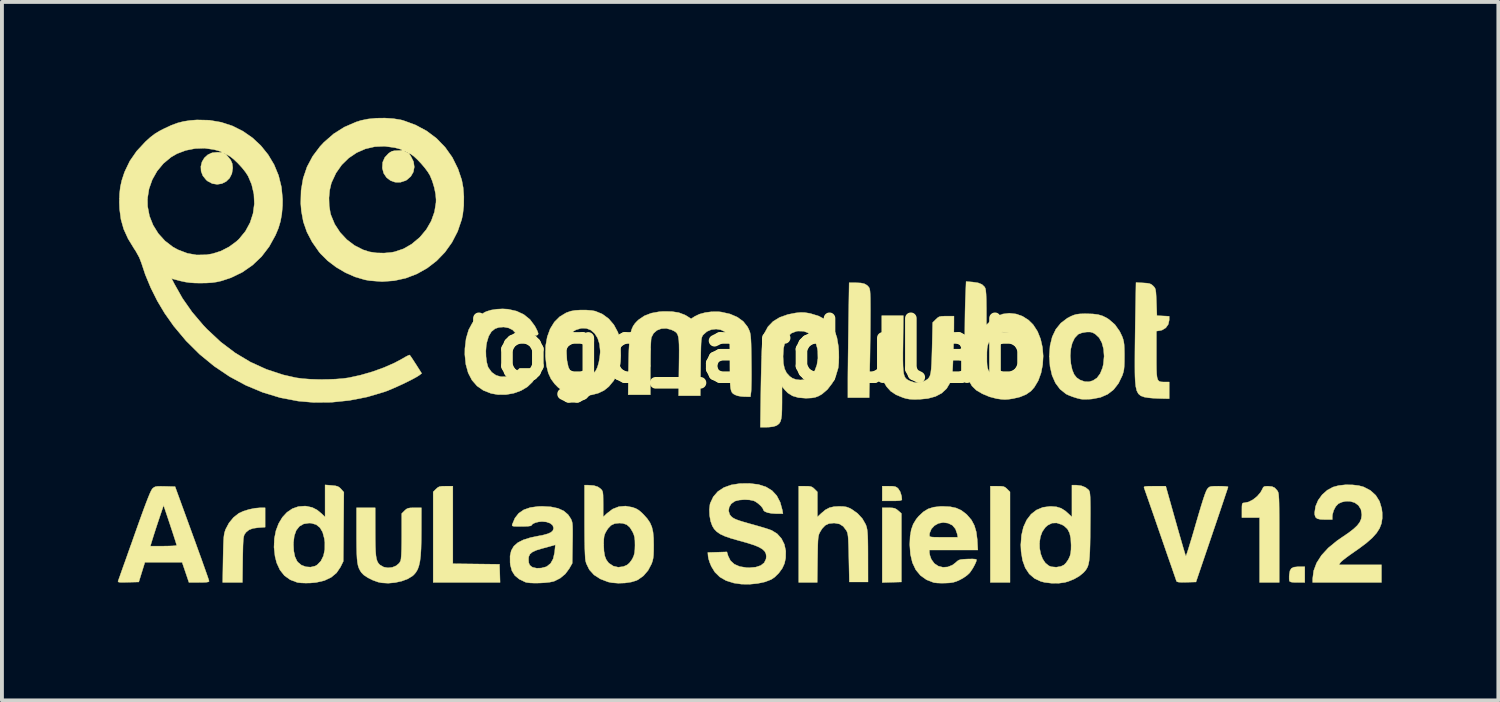
<source format=kicad_pcb>
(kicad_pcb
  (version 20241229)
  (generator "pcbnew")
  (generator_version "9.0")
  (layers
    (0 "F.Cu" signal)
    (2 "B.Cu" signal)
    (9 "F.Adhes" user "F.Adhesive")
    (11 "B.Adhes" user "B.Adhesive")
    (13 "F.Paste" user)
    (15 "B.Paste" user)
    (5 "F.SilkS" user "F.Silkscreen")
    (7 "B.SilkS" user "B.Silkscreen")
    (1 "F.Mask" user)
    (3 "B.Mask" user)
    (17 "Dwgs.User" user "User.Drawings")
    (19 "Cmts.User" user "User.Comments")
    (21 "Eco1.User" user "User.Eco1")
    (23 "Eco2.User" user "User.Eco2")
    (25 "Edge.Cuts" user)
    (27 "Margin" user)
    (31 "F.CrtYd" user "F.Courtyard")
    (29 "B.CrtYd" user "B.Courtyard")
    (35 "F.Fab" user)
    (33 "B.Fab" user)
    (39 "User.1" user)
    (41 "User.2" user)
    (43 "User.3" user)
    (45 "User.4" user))
  (footprint "logo_ardulab"
    (layer "F.Cu")
    (at 16.345 6.02)
    (property "Reference" "logo_ardulab" (at 0 0 0) (layer "F.SilkS") (effects (font (size 1.524 1.524) (thickness 0.3))))
    (attr through_hole)
    (fp_poly (pts (xy 3.692 4.071) (xy 3.756 4.083) (xy 3.806 4.11) (xy 3.845 4.142) (xy 3.928 4.216) (xy 3.928 5.988) (xy 3.432 6.002) (xy 3.432 4.068) (xy 3.597 4.068) (xy 3.692 4.071)) (stroke (width 0.01) (type solid)) (fill yes) (layer "F.SilkS"))
    (fp_poly (pts (xy 6.507 3.511) (xy 6.57 3.519) (xy 6.614 3.54) (xy 6.658 3.577) (xy 6.663 3.583) (xy 6.738 3.657) (xy 6.738 6) (xy 6.229 6) (xy 6.229 3.509) (xy 6.409 3.509) (xy 6.507 3.511)) (stroke (width 0.01) (type solid)) (fill yes) (layer "F.SilkS"))
    (fp_poly (pts (xy -7.678 5.516) (xy -7.075 5.523) (xy -6.471 5.53) (xy -6.463 5.765) (xy -6.456 6) (xy -8.187 6) (xy -8.187 3.657) (xy -8.113 3.583) (xy -8.069 3.544) (xy -8.025 3.521) (xy -7.965 3.511) (xy -7.873 3.509) (xy -7.858 3.509) (xy -7.678 3.509) (xy -7.678 5.516)) (stroke (width 0.01) (type solid)) (fill yes) (layer "F.SilkS"))
    (fp_poly (pts (xy 3.705 3.511) (xy 3.768 3.521) (xy 3.812 3.543) (xy 3.845 3.572) (xy 3.897 3.653) (xy 3.931 3.763) (xy 3.941 3.858) (xy 3.925 3.874) (xy 3.875 3.884) (xy 3.785 3.889) (xy 3.687 3.89) (xy 3.432 3.89) (xy 3.432 3.509) (xy 3.607 3.509) (xy 3.705 3.511)) (stroke (width 0.01) (type solid)) (fill yes) (layer "F.SilkS"))
    (fp_poly (pts (xy 14.365 6) (xy 14.174 6) (xy 14.07 5.998) (xy 14.007 5.989) (xy 13.975 5.973) (xy 13.967 5.961) (xy 13.961 5.914) (xy 13.961 5.838) (xy 13.965 5.792) (xy 13.982 5.696) (xy 14.018 5.637) (xy 14.082 5.605) (xy 14.184 5.594) (xy 14.218 5.594) (xy 14.365 5.594) (xy 14.365 6)) (stroke (width 0.01) (type solid)) (fill yes) (layer "F.SilkS"))
    (fp_poly (pts (xy 2.88 -1.748) (xy 2.972 -1.727) (xy 3.041 -1.687) (xy 3.082 -1.643) (xy 3.097 -1.62) (xy 3.108 -1.586) (xy 3.116 -1.536) (xy 3.121 -1.461) (xy 3.125 -1.356) (xy 3.126 -1.213) (xy 3.127 -1.042) (xy 3.126 -0.875) (xy 3.125 -0.668) (xy 3.123 -0.435) (xy 3.119 -0.188) (xy 3.116 0.063) (xy 3.112 0.304) (xy 3.11 0.362) (xy 3.094 1.22) (xy 2.543 1.22) (xy 2.543 0.843) (xy 2.543 0.735) (xy 2.544 0.583) (xy 2.546 0.396) (xy 2.548 0.182) (xy 2.551 -0.052) (xy 2.554 -0.298) (xy 2.558 -0.549) (xy 2.559 -0.644) (xy 2.576 -1.754) (xy 2.752 -1.754) (xy 2.88 -1.748)) (stroke (width 0.01) (type solid)) (fill yes) (layer "F.SilkS"))
    (fp_poly (pts (xy 13.517 3.519) (xy 13.587 3.551) (xy 13.648 3.617) (xy 13.661 3.635) (xy 13.671 3.654) (xy 13.68 3.68) (xy 13.687 3.719) (xy 13.692 3.774) (xy 13.697 3.851) (xy 13.7 3.953) (xy 13.702 4.087) (xy 13.703 4.255) (xy 13.704 4.463) (xy 13.704 4.714) (xy 13.704 4.849) (xy 13.704 6) (xy 13.196 6) (xy 13.196 4.322) (xy 12.738 4.322) (xy 12.738 4.132) (xy 12.739 4.034) (xy 12.744 3.978) (xy 12.757 3.95) (xy 12.779 3.941) (xy 12.795 3.941) (xy 12.907 3.918) (xy 13.024 3.859) (xy 13.133 3.772) (xy 13.222 3.668) (xy 13.27 3.579) (xy 13.291 3.536) (xy 13.325 3.515) (xy 13.387 3.51) (xy 13.418 3.51) (xy 13.517 3.519)) (stroke (width 0.01) (type solid)) (fill yes) (layer "F.SilkS"))
    (fp_poly (pts (xy -12.535 4.57) (xy -12.712 4.582) (xy -12.85 4.601) (xy -12.951 4.639) (xy -13.027 4.7) (xy -13.062 4.747) (xy -13.077 4.775) (xy -13.088 4.813) (xy -13.097 4.868) (xy -13.103 4.945) (xy -13.108 5.053) (xy -13.111 5.198) (xy -13.115 5.386) (xy -13.115 5.408) (xy -13.123 6) (xy -13.633 6) (xy -13.623 5.384) (xy -13.619 5.187) (xy -13.615 5.034) (xy -13.61 4.917) (xy -13.604 4.828) (xy -13.595 4.76) (xy -13.584 4.706) (xy -13.568 4.657) (xy -13.557 4.625) (xy -13.47 4.461) (xy -13.352 4.318) (xy -13.216 4.211) (xy -13.212 4.209) (xy -13.096 4.156) (xy -12.951 4.111) (xy -12.797 4.08) (xy -12.657 4.068) (xy -12.656 4.068) (xy -12.535 4.068) (xy -12.535 4.57)) (stroke (width 0.01) (type solid)) (fill yes) (layer "F.SilkS"))
    (fp_poly (pts (xy 10.186 -1.75) (xy 10.288 -1.743) (xy 10.355 -1.73) (xy 10.402 -1.707) (xy 10.443 -1.671) (xy 10.471 -1.641) (xy 10.491 -1.61) (xy 10.504 -1.569) (xy 10.513 -1.507) (xy 10.519 -1.417) (xy 10.525 -1.287) (xy 10.526 -1.252) (xy 10.539 -0.903) (xy 10.698 -0.895) (xy 10.857 -0.887) (xy 10.857 -0.789) (xy 10.833 -0.678) (xy 10.769 -0.588) (xy 10.674 -0.53) (xy 10.626 -0.518) (xy 10.526 -0.502) (xy 10.526 0.114) (xy 10.526 0.32) (xy 10.528 0.482) (xy 10.533 0.603) (xy 10.543 0.691) (xy 10.56 0.75) (xy 10.585 0.786) (xy 10.619 0.805) (xy 10.666 0.812) (xy 10.726 0.814) (xy 10.738 0.814) (xy 10.857 0.814) (xy 10.857 1.246) (xy 10.66 1.242) (xy 10.54 1.238) (xy 10.418 1.231) (xy 10.323 1.222) (xy 10.208 1.203) (xy 10.122 1.171) (xy 10.06 1.119) (xy 10.018 1.04) (xy 9.992 0.928) (xy 9.977 0.776) (xy 9.972 0.666) (xy 9.97 0.571) (xy 9.969 0.432) (xy 9.969 0.257) (xy 9.97 0.055) (xy 9.972 -0.168) (xy 9.975 -0.404) (xy 9.978 -0.645) (xy 9.979 -0.703) (xy 9.998 -1.76) (xy 10.186 -1.75)) (stroke (width 0.01) (type solid)) (fill yes) (layer "F.SilkS"))
    (fp_poly (pts (xy 1.533 3.511) (xy 1.594 3.522) (xy 1.639 3.546) (xy 1.68 3.583) (xy 1.754 3.657) (xy 1.754 4.307) (xy 1.85 4.216) (xy 1.96 4.123) (xy 2.065 4.067) (xy 2.185 4.039) (xy 2.314 4.032) (xy 2.424 4.035) (xy 2.505 4.047) (xy 2.579 4.074) (xy 2.641 4.106) (xy 2.792 4.213) (xy 2.917 4.348) (xy 3.004 4.5) (xy 3.017 4.534) (xy 3.031 4.582) (xy 3.042 4.636) (xy 3.05 4.705) (xy 3.056 4.795) (xy 3.06 4.913) (xy 3.062 5.067) (xy 3.063 5.261) (xy 3.063 5.327) (xy 3.064 5.988) (xy 2.581 5.988) (xy 2.568 5.365) (xy 2.564 5.168) (xy 2.559 5.015) (xy 2.554 4.9) (xy 2.548 4.815) (xy 2.54 4.754) (xy 2.529 4.71) (xy 2.515 4.676) (xy 2.504 4.656) (xy 2.424 4.55) (xy 2.328 4.488) (xy 2.205 4.465) (xy 2.174 4.464) (xy 2.053 4.477) (xy 1.958 4.522) (xy 1.878 4.606) (xy 1.831 4.681) (xy 1.811 4.718) (xy 1.795 4.754) (xy 1.784 4.796) (xy 1.775 4.851) (xy 1.769 4.927) (xy 1.765 5.031) (xy 1.762 5.17) (xy 1.759 5.351) (xy 1.758 5.397) (xy 1.75 6) (xy 1.271 6) (xy 1.271 3.509) (xy 1.438 3.509) (xy 1.533 3.511)) (stroke (width 0.01) (type solid)) (fill yes) (layer "F.SilkS"))
    (fp_poly (pts (xy -9.686 4.659) (xy -9.685 4.883) (xy -9.682 5.062) (xy -9.676 5.202) (xy -9.667 5.31) (xy -9.653 5.39) (xy -9.634 5.451) (xy -9.609 5.497) (xy -9.577 5.534) (xy -9.562 5.548) (xy -9.468 5.602) (xy -9.359 5.622) (xy -9.246 5.61) (xy -9.143 5.568) (xy -9.064 5.5) (xy -9.028 5.437) (xy -9.019 5.383) (xy -9.011 5.284) (xy -9.005 5.147) (xy -9.002 4.976) (xy -9.001 4.787) (xy -9.001 4.217) (xy -8.926 4.142) (xy -8.882 4.103) (xy -8.838 4.081) (xy -8.779 4.071) (xy -8.686 4.068) (xy -8.672 4.068) (xy -8.492 4.068) (xy -8.493 4.646) (xy -8.495 4.911) (xy -8.501 5.13) (xy -8.512 5.309) (xy -8.53 5.454) (xy -8.556 5.57) (xy -8.589 5.663) (xy -8.633 5.738) (xy -8.686 5.8) (xy -8.719 5.83) (xy -8.841 5.906) (xy -8.997 5.965) (xy -9.172 6.004) (xy -9.351 6.02) (xy -9.519 6.01) (xy -9.611 5.991) (xy -9.75 5.941) (xy -9.878 5.877) (xy -9.982 5.808) (xy -10.044 5.745) (xy -10.079 5.69) (xy -10.108 5.633) (xy -10.13 5.567) (xy -10.146 5.485) (xy -10.157 5.382) (xy -10.164 5.25) (xy -10.168 5.083) (xy -10.17 4.876) (xy -10.17 4.751) (xy -10.17 4.068) (xy -9.687 4.068) (xy -9.686 4.659)) (stroke (width 0.01) (type solid)) (fill yes) (layer "F.SilkS"))
    (fp_poly (pts (xy 3.97 -0.176) (xy 3.967 0.059) (xy 3.967 0.248) (xy 3.97 0.398) (xy 3.977 0.514) (xy 3.989 0.601) (xy 4.008 0.664) (xy 4.033 0.71) (xy 4.067 0.743) (xy 4.11 0.769) (xy 4.15 0.788) (xy 4.277 0.83) (xy 4.396 0.83) (xy 4.518 0.79) (xy 4.57 0.764) (xy 4.612 0.735) (xy 4.644 0.698) (xy 4.669 0.647) (xy 4.687 0.575) (xy 4.699 0.477) (xy 4.708 0.347) (xy 4.715 0.178) (xy 4.721 -0.034) (xy 4.722 -0.071) (xy 4.737 -0.725) (xy 4.82 -0.807) (xy 4.865 -0.849) (xy 4.906 -0.874) (xy 4.96 -0.886) (xy 5.04 -0.89) (xy 5.095 -0.89) (xy 5.288 -0.89) (xy 5.287 -0.578) (xy 5.285 -0.446) (xy 5.281 -0.279) (xy 5.276 -0.094) (xy 5.27 0.094) (xy 5.265 0.216) (xy 5.258 0.391) (xy 5.25 0.524) (xy 5.241 0.624) (xy 5.23 0.699) (xy 5.215 0.759) (xy 5.196 0.813) (xy 5.188 0.832) (xy 5.098 0.984) (xy 4.972 1.102) (xy 4.811 1.187) (xy 4.612 1.241) (xy 4.386 1.263) (xy 4.246 1.264) (xy 4.139 1.258) (xy 4.047 1.241) (xy 3.975 1.22) (xy 3.791 1.145) (xy 3.65 1.051) (xy 3.544 0.933) (xy 3.496 0.852) (xy 3.42 0.699) (xy 3.42 -0.903) (xy 3.978 -0.903) (xy 3.97 -0.176)) (stroke (width 0.01) (type solid)) (fill yes) (layer "F.SilkS"))
    (fp_poly (pts (xy -10.813 3.49) (xy -10.717 3.5) (xy -10.654 3.517) (xy -10.608 3.546) (xy -10.57 3.584) (xy -10.498 3.665) (xy -10.513 5.454) (xy -10.586 5.602) (xy -10.687 5.752) (xy -10.826 5.868) (xy -11.003 5.952) (xy -11.217 6.001) (xy -11.378 6.015) (xy -11.494 6.016) (xy -11.602 6.012) (xy -11.685 6.003) (xy -11.702 6) (xy -11.885 5.931) (xy -12.035 5.824) (xy -12.151 5.678) (xy -12.236 5.494) (xy -12.279 5.324) (xy -12.305 5.089) (xy -12.301 5.002) (xy -11.803 5.002) (xy -11.794 5.186) (xy -11.765 5.33) (xy -11.714 5.44) (xy -11.69 5.474) (xy -11.598 5.551) (xy -11.482 5.595) (xy -11.358 5.604) (xy -11.241 5.576) (xy -11.189 5.546) (xy -11.092 5.446) (xy -11.025 5.31) (xy -10.991 5.146) (xy -10.99 4.96) (xy -11.003 4.864) (xy -11.047 4.701) (xy -11.117 4.581) (xy -11.214 4.504) (xy -11.34 4.467) (xy -11.399 4.464) (xy -11.537 4.485) (xy -11.648 4.548) (xy -11.73 4.652) (xy -11.781 4.795) (xy -11.802 4.975) (xy -11.803 5.002) (xy -12.301 5.002) (xy -12.296 4.866) (xy -12.255 4.66) (xy -12.185 4.475) (xy -12.089 4.315) (xy -11.97 4.186) (xy -11.83 4.091) (xy -11.673 4.036) (xy -11.502 4.024) (xy -11.459 4.029) (xy -11.314 4.061) (xy -11.191 4.124) (xy -11.079 4.216) (xy -10.984 4.307) (xy -10.984 3.476) (xy -10.813 3.49)) (stroke (width 0.01) (type solid)) (fill yes) (layer "F.SilkS"))
    (fp_poly (pts (xy 15.594 3.475) (xy 15.763 3.495) (xy 15.891 3.53) (xy 16.066 3.622) (xy 16.202 3.746) (xy 16.299 3.901) (xy 16.355 4.088) (xy 16.368 4.192) (xy 16.369 4.34) (xy 16.348 4.475) (xy 16.3 4.6) (xy 16.222 4.722) (xy 16.111 4.846) (xy 15.962 4.977) (xy 15.772 5.12) (xy 15.664 5.195) (xy 15.546 5.278) (xy 15.44 5.355) (xy 15.356 5.421) (xy 15.302 5.468) (xy 15.286 5.486) (xy 15.249 5.543) (xy 16.349 5.543) (xy 16.349 6) (xy 14.569 6) (xy 14.569 5.905) (xy 14.595 5.698) (xy 14.671 5.496) (xy 14.797 5.299) (xy 14.972 5.108) (xy 15.196 4.924) (xy 15.317 4.84) (xy 15.492 4.721) (xy 15.625 4.619) (xy 15.722 4.528) (xy 15.787 4.443) (xy 15.824 4.358) (xy 15.839 4.268) (xy 15.84 4.238) (xy 15.818 4.11) (xy 15.755 4.008) (xy 15.659 3.936) (xy 15.536 3.9) (xy 15.412 3.901) (xy 15.324 3.922) (xy 15.245 3.957) (xy 15.231 3.966) (xy 15.165 4.036) (xy 15.112 4.137) (xy 15.081 4.247) (xy 15.077 4.297) (xy 15.077 4.373) (xy 14.888 4.373) (xy 14.767 4.368) (xy 14.687 4.349) (xy 14.642 4.31) (xy 14.622 4.246) (xy 14.62 4.194) (xy 14.644 4.031) (xy 14.711 3.873) (xy 14.815 3.73) (xy 14.948 3.612) (xy 15.097 3.532) (xy 15.242 3.493) (xy 15.414 3.474) (xy 15.594 3.475)) (stroke (width 0.01) (type solid)) (fill yes) (layer "F.SilkS"))
    (fp_poly (pts (xy -6.251 -1.07) (xy -6.029 -1.02) (xy -5.84 -0.931) (xy -5.683 -0.804) (xy -5.559 -0.638) (xy -5.531 -0.587) (xy -5.489 -0.501) (xy -5.469 -0.443) (xy -5.478 -0.408) (xy -5.52 -0.39) (xy -5.601 -0.383) (xy -5.726 -0.381) (xy -5.741 -0.381) (xy -6.015 -0.381) (xy -6.058 -0.455) (xy -6.132 -0.534) (xy -6.238 -0.586) (xy -6.361 -0.609) (xy -6.488 -0.599) (xy -6.585 -0.566) (xy -6.679 -0.491) (xy -6.751 -0.371) (xy -6.8 -0.208) (xy -6.814 -0.13) (xy -6.824 0.01) (xy -6.82 0.157) (xy -6.803 0.295) (xy -6.774 0.407) (xy -6.759 0.442) (xy -6.673 0.561) (xy -6.562 0.64) (xy -6.434 0.678) (xy -6.298 0.674) (xy -6.162 0.627) (xy -6.062 0.558) (xy -5.946 0.458) (xy -5.694 0.458) (xy -5.587 0.459) (xy -5.503 0.461) (xy -5.452 0.465) (xy -5.441 0.468) (xy -5.453 0.512) (xy -5.485 0.583) (xy -5.528 0.667) (xy -5.575 0.748) (xy -5.617 0.811) (xy -5.62 0.814) (xy -5.748 0.938) (xy -5.912 1.036) (xy -6.1 1.104) (xy -6.302 1.14) (xy -6.509 1.141) (xy -6.689 1.109) (xy -6.887 1.032) (xy -7.052 0.917) (xy -7.184 0.765) (xy -7.281 0.578) (xy -7.342 0.357) (xy -7.368 0.103) (xy -7.366 -0.051) (xy -7.335 -0.311) (xy -7.269 -0.535) (xy -7.168 -0.722) (xy -7.032 -0.873) (xy -6.86 -0.987) (xy -6.807 -1.011) (xy -6.691 -1.047) (xy -6.544 -1.07) (xy -6.389 -1.078) (xy -6.251 -1.07)) (stroke (width 0.01) (type solid)) (fill yes) (layer "F.SilkS"))
    (fp_poly (pts (xy -15.121 3.514) (xy -14.865 3.521) (xy -14.425 4.729) (xy -14.339 4.965) (xy -14.259 5.188) (xy -14.185 5.391) (xy -14.121 5.572) (xy -14.067 5.724) (xy -14.025 5.843) (xy -13.997 5.926) (xy -13.985 5.966) (xy -13.984 5.969) (xy -13.999 5.984) (xy -14.049 5.994) (xy -14.138 5.999) (xy -14.245 6) (xy -14.506 6) (xy -14.594 5.74) (xy -14.683 5.479) (xy -15.646 5.479) (xy -15.725 5.733) (xy -15.804 5.988) (xy -16.079 5.995) (xy -16.2 5.998) (xy -16.278 5.997) (xy -16.322 5.992) (xy -16.34 5.981) (xy -16.34 5.963) (xy -16.337 5.957) (xy -16.325 5.924) (xy -16.298 5.849) (xy -16.258 5.735) (xy -16.206 5.588) (xy -16.143 5.413) (xy -16.073 5.214) (xy -16.018 5.06) (xy -15.505 5.06) (xy -15.164 5.06) (xy -15.039 5.058) (xy -14.935 5.055) (xy -14.86 5.049) (xy -14.825 5.042) (xy -14.823 5.041) (xy -14.831 5.012) (xy -14.852 4.942) (xy -14.885 4.839) (xy -14.927 4.71) (xy -14.976 4.562) (xy -14.992 4.513) (xy -15.162 4.005) (xy -15.273 4.335) (xy -15.321 4.479) (xy -15.369 4.626) (xy -15.412 4.759) (xy -15.444 4.862) (xy -15.445 4.863) (xy -15.505 5.06) (xy -16.018 5.06) (xy -15.995 4.997) (xy -15.914 4.767) (xy -15.815 4.488) (xy -15.731 4.254) (xy -15.66 4.061) (xy -15.601 3.905) (xy -15.553 3.783) (xy -15.515 3.692) (xy -15.484 3.627) (xy -15.46 3.585) (xy -15.443 3.565) (xy -15.409 3.539) (xy -15.372 3.522) (xy -15.319 3.514) (xy -15.239 3.512) (xy -15.121 3.514)) (stroke (width 0.01) (type solid)) (fill yes) (layer "F.SilkS"))
    (fp_poly (pts (xy 12.246 3.511) (xy 12.327 3.516) (xy 12.373 3.523) (xy 12.381 3.528) (xy 12.373 3.555) (xy 12.35 3.625) (xy 12.313 3.735) (xy 12.265 3.879) (xy 12.207 4.052) (xy 12.14 4.251) (xy 12.066 4.47) (xy 11.986 4.704) (xy 11.965 4.767) (xy 11.55 5.988) (xy 11.304 5.995) (xy 11.181 5.997) (xy 11.101 5.992) (xy 11.059 5.981) (xy 11.047 5.97) (xy 11.036 5.94) (xy 11.011 5.866) (xy 10.972 5.755) (xy 10.922 5.609) (xy 10.861 5.435) (xy 10.792 5.237) (xy 10.717 5.019) (xy 10.637 4.787) (xy 10.63 4.767) (xy 10.549 4.533) (xy 10.473 4.313) (xy 10.403 4.112) (xy 10.341 3.934) (xy 10.289 3.784) (xy 10.248 3.668) (xy 10.221 3.59) (xy 10.208 3.554) (xy 10.208 3.553) (xy 10.204 3.534) (xy 10.217 3.521) (xy 10.253 3.514) (xy 10.322 3.51) (xy 10.431 3.509) (xy 10.479 3.509) (xy 10.768 3.509) (xy 11.02 4.405) (xy 11.078 4.61) (xy 11.132 4.799) (xy 11.181 4.968) (xy 11.222 5.109) (xy 11.255 5.219) (xy 11.277 5.291) (xy 11.287 5.319) (xy 11.287 5.319) (xy 11.297 5.3) (xy 11.319 5.237) (xy 11.352 5.136) (xy 11.393 5.002) (xy 11.442 4.842) (xy 11.496 4.659) (xy 11.543 4.495) (xy 11.619 4.235) (xy 11.683 4.021) (xy 11.736 3.852) (xy 11.779 3.725) (xy 11.813 3.638) (xy 11.839 3.588) (xy 11.844 3.581) (xy 11.874 3.547) (xy 11.906 3.526) (xy 11.95 3.515) (xy 12.02 3.51) (xy 12.127 3.509) (xy 12.143 3.509) (xy 12.246 3.511)) (stroke (width 0.01) (type solid)) (fill yes) (layer "F.SilkS"))
    (fp_poly (pts (xy -4.223 -1.047) (xy -4.084 -1.036) (xy -3.992 -1.019) (xy -3.809 -0.943) (xy -3.647 -0.824) (xy -3.513 -0.668) (xy -3.412 -0.481) (xy -3.404 -0.462) (xy -3.373 -0.348) (xy -3.35 -0.2) (xy -3.336 -0.035) (xy -3.332 0.132) (xy -3.34 0.285) (xy -3.354 0.382) (xy -3.418 0.593) (xy -3.516 0.779) (xy -3.644 0.934) (xy -3.768 1.033) (xy -3.921 1.105) (xy -4.103 1.15) (xy -4.297 1.167) (xy -4.489 1.154) (xy -4.627 1.122) (xy -4.763 1.073) (xy -4.866 1.021) (xy -4.953 0.955) (xy -5.042 0.864) (xy -5.043 0.863) (xy -5.139 0.733) (xy -5.208 0.582) (xy -5.254 0.4) (xy -5.279 0.181) (xy -5.282 0.139) (xy -5.279 -0.005) (xy -4.739 -0.005) (xy -4.739 0.037) (xy -4.726 0.253) (xy -4.69 0.425) (xy -4.629 0.555) (xy -4.543 0.645) (xy -4.43 0.696) (xy -4.307 0.711) (xy -4.181 0.688) (xy -4.117 0.654) (xy -4.044 0.593) (xy -3.981 0.521) (xy -3.976 0.514) (xy -3.938 0.433) (xy -3.904 0.318) (xy -3.879 0.187) (xy -3.866 0.055) (xy -3.865 0.011) (xy -3.884 -0.171) (xy -3.933 -0.324) (xy -4.01 -0.445) (xy -4.109 -0.53) (xy -4.227 -0.575) (xy -4.36 -0.576) (xy -4.491 -0.536) (xy -4.558 -0.498) (xy -4.609 -0.445) (xy -4.658 -0.361) (xy -4.668 -0.34) (xy -4.704 -0.26) (xy -4.726 -0.19) (xy -4.736 -0.111) (xy -4.739 -0.005) (xy -5.279 -0.005) (xy -5.277 -0.121) (xy -5.235 -0.356) (xy -5.16 -0.562) (xy -5.052 -0.737) (xy -4.913 -0.876) (xy -4.746 -0.977) (xy -4.627 -1.019) (xy -4.515 -1.039) (xy -4.373 -1.048) (xy -4.223 -1.047)) (stroke (width 0.01) (type solid)) (fill yes) (layer "F.SilkS"))
    (fp_poly (pts (xy 8.46 3.483) (xy 8.584 3.499) (xy 8.692 3.542) (xy 8.771 3.605) (xy 8.791 3.636) (xy 8.8 3.666) (xy 8.807 3.718) (xy 8.813 3.797) (xy 8.816 3.907) (xy 8.818 4.053) (xy 8.818 4.24) (xy 8.816 4.471) (xy 8.815 4.564) (xy 8.813 4.819) (xy 8.809 5.028) (xy 8.804 5.198) (xy 8.796 5.333) (xy 8.785 5.44) (xy 8.769 5.524) (xy 8.749 5.59) (xy 8.722 5.643) (xy 8.689 5.691) (xy 8.648 5.737) (xy 8.631 5.754) (xy 8.53 5.836) (xy 8.396 5.913) (xy 8.248 5.973) (xy 8.159 5.999) (xy 7.996 6.021) (xy 7.814 6.02) (xy 7.637 5.999) (xy 7.537 5.974) (xy 7.371 5.896) (xy 7.236 5.779) (xy 7.133 5.623) (xy 7.063 5.429) (xy 7.025 5.197) (xy 7.017 5.026) (xy 7.022 4.966) (xy 7.502 4.966) (xy 7.505 5.116) (xy 7.532 5.26) (xy 7.582 5.39) (xy 7.653 5.497) (xy 7.744 5.57) (xy 7.806 5.594) (xy 7.934 5.606) (xy 8.056 5.585) (xy 8.136 5.546) (xy 8.185 5.497) (xy 8.237 5.423) (xy 8.259 5.384) (xy 8.29 5.313) (xy 8.308 5.24) (xy 8.317 5.147) (xy 8.319 5.036) (xy 8.31 4.858) (xy 8.279 4.721) (xy 8.224 4.617) (xy 8.14 4.539) (xy 8.08 4.504) (xy 7.947 4.46) (xy 7.826 4.465) (xy 7.714 4.52) (xy 7.65 4.577) (xy 7.573 4.687) (xy 7.524 4.82) (xy 7.502 4.966) (xy 7.022 4.966) (xy 7.035 4.781) (xy 7.086 4.566) (xy 7.17 4.383) (xy 7.282 4.236) (xy 7.422 4.126) (xy 7.588 4.057) (xy 7.776 4.032) (xy 7.793 4.032) (xy 7.941 4.044) (xy 8.061 4.081) (xy 8.172 4.152) (xy 8.244 4.216) (xy 8.34 4.307) (xy 8.34 3.483) (xy 8.46 3.483)) (stroke (width 0.01) (type solid)) (fill yes) (layer "F.SilkS"))
    (fp_poly (pts (xy 8.881 -0.947) (xy 9.018 -0.93) (xy 9.133 -0.896) (xy 9.241 -0.842) (xy 9.296 -0.807) (xy 9.452 -0.672) (xy 9.576 -0.497) (xy 9.64 -0.363) (xy 9.664 -0.296) (xy 9.68 -0.231) (xy 9.691 -0.155) (xy 9.696 -0.056) (xy 9.699 0.077) (xy 9.699 0.14) (xy 9.698 0.29) (xy 9.694 0.402) (xy 9.686 0.486) (xy 9.672 0.556) (xy 9.651 0.623) (xy 9.643 0.646) (xy 9.545 0.849) (xy 9.42 1.01) (xy 9.266 1.13) (xy 9.08 1.211) (xy 8.861 1.253) (xy 8.797 1.258) (xy 8.7 1.261) (xy 8.615 1.26) (xy 8.568 1.255) (xy 8.473 1.232) (xy 8.365 1.198) (xy 8.265 1.16) (xy 8.192 1.126) (xy 8.187 1.123) (xy 8.033 1) (xy 7.913 0.839) (xy 7.826 0.641) (xy 7.773 0.408) (xy 7.756 0.146) (xy 8.297 0.146) (xy 8.313 0.338) (xy 8.313 0.34) (xy 8.348 0.5) (xy 8.397 0.618) (xy 8.463 0.702) (xy 8.548 0.76) (xy 8.671 0.804) (xy 8.783 0.808) (xy 8.885 0.777) (xy 8.989 0.708) (xy 9.072 0.596) (xy 9.132 0.448) (xy 9.154 0.352) (xy 9.173 0.147) (xy 9.159 -0.04) (xy 9.115 -0.203) (xy 9.043 -0.334) (xy 8.947 -0.424) (xy 8.879 -0.463) (xy 8.814 -0.48) (xy 8.73 -0.479) (xy 8.707 -0.478) (xy 8.599 -0.459) (xy 8.513 -0.426) (xy 8.497 -0.416) (xy 8.411 -0.324) (xy 8.348 -0.194) (xy 8.309 -0.034) (xy 8.297 0.146) (xy 7.756 0.146) (xy 7.756 0.14) (xy 7.756 0.14) (xy 7.774 -0.124) (xy 7.83 -0.354) (xy 7.924 -0.551) (xy 8.055 -0.712) (xy 8.223 -0.839) (xy 8.311 -0.885) (xy 8.387 -0.917) (xy 8.458 -0.937) (xy 8.541 -0.948) (xy 8.652 -0.952) (xy 8.708 -0.952) (xy 8.881 -0.947)) (stroke (width 0.01) (type solid)) (fill yes) (layer "F.SilkS"))
    (fp_poly (pts (xy 5.187 4.041) (xy 5.344 4.074) (xy 5.477 4.134) (xy 5.6 4.227) (xy 5.634 4.26) (xy 5.741 4.385) (xy 5.816 4.527) (xy 5.865 4.693) (xy 5.891 4.895) (xy 5.892 4.926) (xy 5.906 5.161) (xy 4.653 5.161) (xy 4.653 5.23) (xy 4.664 5.294) (xy 4.692 5.376) (xy 4.706 5.408) (xy 4.782 5.511) (xy 4.884 5.578) (xy 5.003 5.608) (xy 5.128 5.599) (xy 5.25 5.55) (xy 5.331 5.488) (xy 5.376 5.447) (xy 5.417 5.421) (xy 5.468 5.407) (xy 5.543 5.399) (xy 5.646 5.394) (xy 5.769 5.392) (xy 5.844 5.398) (xy 5.873 5.411) (xy 5.873 5.413) (xy 5.86 5.466) (xy 5.824 5.545) (xy 5.776 5.633) (xy 5.721 5.716) (xy 5.694 5.752) (xy 5.627 5.815) (xy 5.532 5.882) (xy 5.45 5.928) (xy 5.355 5.971) (xy 5.272 5.997) (xy 5.181 6.011) (xy 5.063 6.017) (xy 4.952 6.018) (xy 4.852 6.014) (xy 4.78 6.006) (xy 4.767 6.004) (xy 4.578 5.931) (xy 4.422 5.82) (xy 4.3 5.673) (xy 4.213 5.488) (xy 4.161 5.268) (xy 4.144 5.022) (xy 4.153 4.811) (xy 4.159 4.777) (xy 4.653 4.777) (xy 4.655 4.798) (xy 4.666 4.813) (xy 4.695 4.822) (xy 4.748 4.828) (xy 4.834 4.83) (xy 4.96 4.831) (xy 5.021 4.831) (xy 5.389 4.831) (xy 5.373 4.748) (xy 5.327 4.616) (xy 5.248 4.521) (xy 5.135 4.466) (xy 5.008 4.449) (xy 4.888 4.471) (xy 4.783 4.53) (xy 4.703 4.617) (xy 4.659 4.723) (xy 4.653 4.777) (xy 4.159 4.777) (xy 4.182 4.637) (xy 4.234 4.491) (xy 4.312 4.363) (xy 4.373 4.289) (xy 4.494 4.175) (xy 4.618 4.098) (xy 4.76 4.053) (xy 4.932 4.033) (xy 4.996 4.032) (xy 5.187 4.041)) (stroke (width 0.01) (type solid)) (fill yes) (layer "F.SilkS"))
    (fp_poly (pts (xy 1.424 -0.983) (xy 1.538 -0.965) (xy 1.577 -0.957) (xy 1.786 -0.893) (xy 1.956 -0.803) (xy 2.091 -0.682) (xy 2.191 -0.528) (xy 2.259 -0.338) (xy 2.298 -0.109) (xy 2.308 0.026) (xy 2.31 0.178) (xy 2.306 0.317) (xy 2.296 0.428) (xy 2.29 0.46) (xy 2.228 0.666) (xy 2.134 0.851) (xy 2.013 1.008) (xy 1.871 1.129) (xy 1.784 1.178) (xy 1.703 1.209) (xy 1.613 1.226) (xy 1.497 1.232) (xy 1.449 1.233) (xy 1.263 1.218) (xy 1.113 1.174) (xy 0.99 1.098) (xy 0.915 1.022) (xy 0.839 0.929) (xy 0.839 1.343) (xy 0.837 1.523) (xy 0.832 1.66) (xy 0.819 1.76) (xy 0.799 1.833) (xy 0.769 1.884) (xy 0.727 1.921) (xy 0.687 1.945) (xy 0.612 1.968) (xy 0.506 1.981) (xy 0.445 1.983) (xy 0.278 1.983) (xy 0.293 0.947) (xy 0.297 0.715) (xy 0.302 0.493) (xy 0.307 0.287) (xy 0.312 0.151) (xy 0.866 0.151) (xy 0.875 0.331) (xy 0.905 0.471) (xy 0.958 0.58) (xy 1.038 0.667) (xy 1.106 0.715) (xy 1.2 0.75) (xy 1.316 0.762) (xy 1.431 0.749) (xy 1.5 0.725) (xy 1.604 0.643) (xy 1.685 0.524) (xy 1.741 0.374) (xy 1.768 0.202) (xy 1.764 0.016) (xy 1.754 -0.051) (xy 1.707 -0.224) (xy 1.631 -0.358) (xy 1.528 -0.45) (xy 1.402 -0.5) (xy 1.253 -0.504) (xy 1.209 -0.498) (xy 1.084 -0.45) (xy 0.988 -0.361) (xy 0.919 -0.229) (xy 0.878 -0.057) (xy 0.866 0.151) (xy 0.312 0.151) (xy 0.313 0.104) (xy 0.319 -0.049) (xy 0.326 -0.167) (xy 0.332 -0.242) (xy 0.333 -0.254) (xy 0.385 -0.451) (xy 0.476 -0.617) (xy 0.607 -0.753) (xy 0.778 -0.858) (xy 0.99 -0.933) (xy 1.196 -0.973) (xy 1.319 -0.986) (xy 1.424 -0.983)) (stroke (width 0.01) (type solid)) (fill yes) (layer "F.SilkS"))
    (fp_poly (pts (xy -4.031 3.493) (xy -3.926 3.526) (xy -3.852 3.579) (xy -3.826 3.607) (xy -3.808 3.637) (xy -3.797 3.679) (xy -3.791 3.742) (xy -3.789 3.836) (xy -3.788 3.971) (xy -3.788 4.307) (xy -3.693 4.216) (xy -3.544 4.102) (xy -3.383 4.039) (xy -3.21 4.024) (xy -3.035 4.055) (xy -2.944 4.087) (xy -2.868 4.131) (xy -2.789 4.198) (xy -2.743 4.244) (xy -2.647 4.351) (xy -2.577 4.454) (xy -2.529 4.565) (xy -2.499 4.695) (xy -2.484 4.854) (xy -2.481 5.034) (xy -2.482 5.181) (xy -2.486 5.29) (xy -2.495 5.372) (xy -2.51 5.44) (xy -2.532 5.506) (xy -2.538 5.521) (xy -2.626 5.688) (xy -2.745 5.827) (xy -2.885 5.928) (xy -2.929 5.95) (xy -3.062 5.99) (xy -3.224 6.014) (xy -3.397 6.02) (xy -3.561 6.007) (xy -3.661 5.987) (xy -3.864 5.909) (xy -4.026 5.804) (xy -4.147 5.67) (xy -4.225 5.51) (xy -4.244 5.44) (xy -4.252 5.377) (xy -4.258 5.267) (xy -4.264 5.115) (xy -4.266 4.99) (xy -3.775 4.99) (xy -3.775 5.022) (xy -3.768 5.188) (xy -3.747 5.314) (xy -3.709 5.411) (xy -3.652 5.489) (xy -3.639 5.502) (xy -3.526 5.577) (xy -3.398 5.607) (xy -3.264 5.589) (xy -3.167 5.546) (xy -3.111 5.498) (xy -3.054 5.424) (xy -3.029 5.382) (xy -2.996 5.309) (xy -2.977 5.235) (xy -2.968 5.144) (xy -2.965 5.039) (xy -2.967 4.919) (xy -2.976 4.833) (xy -2.996 4.761) (xy -3.026 4.692) (xy -3.097 4.577) (xy -3.178 4.505) (xy -3.279 4.471) (xy -3.369 4.464) (xy -3.49 4.477) (xy -3.585 4.522) (xy -3.665 4.606) (xy -3.712 4.681) (xy -3.744 4.743) (xy -3.763 4.805) (xy -3.772 4.882) (xy -3.775 4.99) (xy -4.266 4.99) (xy -4.268 4.924) (xy -4.27 4.699) (xy -4.271 4.444) (xy -4.271 4.397) (xy -4.271 3.483) (xy -4.173 3.483) (xy -4.031 3.493)) (stroke (width 0.01) (type solid)) (fill yes) (layer "F.SilkS"))
    (fp_poly (pts (xy 5.774 -1.772) (xy 5.914 -1.751) (xy 6.012 -1.711) (xy 6.077 -1.65) (xy 6.098 -1.613) (xy 6.11 -1.559) (xy 6.119 -1.458) (xy 6.125 -1.315) (xy 6.127 -1.134) (xy 6.128 -1.106) (xy 6.128 -0.663) (xy 6.244 -0.776) (xy 6.387 -0.882) (xy 6.549 -0.945) (xy 6.72 -0.966) (xy 6.895 -0.946) (xy 7.064 -0.886) (xy 7.22 -0.786) (xy 7.339 -0.667) (xy 7.45 -0.496) (xy 7.529 -0.299) (xy 7.578 -0.083) (xy 7.596 0.141) (xy 7.583 0.366) (xy 7.541 0.581) (xy 7.469 0.779) (xy 7.367 0.95) (xy 7.281 1.047) (xy 7.158 1.134) (xy 6.997 1.201) (xy 6.814 1.244) (xy 6.697 1.261) (xy 6.604 1.267) (xy 6.513 1.261) (xy 6.398 1.245) (xy 6.388 1.243) (xy 6.207 1.196) (xy 6.022 1.118) (xy 5.864 1.025) (xy 5.754 0.917) (xy 5.668 0.768) (xy 5.61 0.583) (xy 5.595 0.496) (xy 5.586 0.409) (xy 5.58 0.28) (xy 5.576 0.165) (xy 6.14 0.165) (xy 6.141 0.293) (xy 6.146 0.383) (xy 6.157 0.448) (xy 6.175 0.503) (xy 6.204 0.558) (xy 6.294 0.681) (xy 6.404 0.756) (xy 6.536 0.787) (xy 6.566 0.788) (xy 6.662 0.779) (xy 6.752 0.757) (xy 6.779 0.747) (xy 6.852 0.7) (xy 6.911 0.643) (xy 6.913 0.639) (xy 6.976 0.515) (xy 7.019 0.36) (xy 7.039 0.187) (xy 7.034 0.012) (xy 7.015 -0.101) (xy 6.962 -0.244) (xy 6.879 -0.355) (xy 6.775 -0.432) (xy 6.658 -0.474) (xy 6.536 -0.481) (xy 6.417 -0.449) (xy 6.308 -0.379) (xy 6.219 -0.268) (xy 6.205 -0.242) (xy 6.176 -0.18) (xy 6.157 -0.121) (xy 6.146 -0.052) (xy 6.141 0.041) (xy 6.14 0.165) (xy 5.576 0.165) (xy 5.575 0.115) (xy 5.571 -0.078) (xy 5.569 -0.292) (xy 5.569 -0.517) (xy 5.571 -0.748) (xy 5.574 -0.976) (xy 5.579 -1.193) (xy 5.585 -1.36) (xy 5.602 -1.786) (xy 5.774 -1.772)) (stroke (width 0.01) (type solid)) (fill yes) (layer "F.SilkS"))
    (fp_poly (pts (xy -5.14 4.044) (xy -4.956 4.083) (xy -4.809 4.15) (xy -4.697 4.245) (xy -4.624 4.354) (xy -4.607 4.392) (xy -4.594 4.432) (xy -4.585 4.481) (xy -4.58 4.548) (xy -4.578 4.641) (xy -4.578 4.767) (xy -4.58 4.935) (xy -4.581 4.98) (xy -4.589 5.505) (xy -4.668 5.644) (xy -4.769 5.78) (xy -4.903 5.891) (xy -5.054 5.967) (xy -5.081 5.975) (xy -5.173 5.994) (xy -5.294 6.007) (xy -5.429 6.015) (xy -5.563 6.017) (xy -5.683 6.012) (xy -5.773 6) (xy -5.801 5.992) (xy -5.959 5.916) (xy -6.074 5.821) (xy -6.149 5.701) (xy -6.19 5.548) (xy -6.197 5.481) (xy -6.197 5.393) (xy -5.721 5.393) (xy -5.714 5.491) (xy -5.687 5.554) (xy -5.634 5.597) (xy -5.609 5.61) (xy -5.509 5.632) (xy -5.391 5.628) (xy -5.274 5.598) (xy -5.24 5.582) (xy -5.147 5.506) (xy -5.082 5.388) (xy -5.046 5.23) (xy -5.042 5.198) (xy -5.026 5.026) (xy -5.087 5.045) (xy -5.139 5.059) (xy -5.225 5.083) (xy -5.329 5.111) (xy -5.374 5.123) (xy -5.519 5.167) (xy -5.62 5.214) (xy -5.683 5.267) (xy -5.714 5.333) (xy -5.721 5.393) (xy -6.197 5.393) (xy -6.198 5.315) (xy -6.167 5.177) (xy -6.102 5.064) (xy -5.999 4.972) (xy -5.856 4.899) (xy -5.669 4.84) (xy -5.489 4.803) (xy -5.328 4.771) (xy -5.212 4.738) (xy -5.135 4.701) (xy -5.09 4.658) (xy -5.073 4.604) (xy -5.072 4.587) (xy -5.096 4.52) (xy -5.161 4.468) (xy -5.261 4.434) (xy -5.372 4.424) (xy -5.462 4.433) (xy -5.547 4.455) (xy -5.612 4.486) (xy -5.643 4.52) (xy -5.644 4.526) (xy -5.668 4.537) (xy -5.735 4.546) (xy -5.834 4.55) (xy -5.9 4.551) (xy -6.016 4.551) (xy -6.09 4.548) (xy -6.129 4.541) (xy -6.144 4.528) (xy -6.143 4.507) (xy -6.139 4.494) (xy -6.071 4.334) (xy -5.973 4.21) (xy -5.842 4.12) (xy -5.675 4.062) (xy -5.47 4.034) (xy -5.365 4.031) (xy -5.14 4.044)) (stroke (width 0.01) (type solid)) (fill yes) (layer "F.SilkS"))
    (fp_poly (pts (xy 0.23 3.466) (xy 0.424 3.528) (xy 0.581 3.624) (xy 0.703 3.756) (xy 0.791 3.924) (xy 0.848 4.131) (xy 0.849 4.138) (xy 0.863 4.221) (xy 0.685 4.221) (xy 0.568 4.213) (xy 0.467 4.194) (xy 0.394 4.165) (xy 0.358 4.13) (xy 0.356 4.119) (xy 0.336 4.074) (xy 0.287 4.016) (xy 0.22 3.956) (xy 0.151 3.908) (xy 0.107 3.887) (xy -0.004 3.864) (xy -0.134 3.858) (xy -0.262 3.868) (xy -0.367 3.893) (xy -0.386 3.901) (xy -0.475 3.965) (xy -0.528 4.051) (xy -0.543 4.147) (xy -0.516 4.239) (xy -0.483 4.284) (xy -0.45 4.315) (xy -0.407 4.343) (xy -0.348 4.371) (xy -0.265 4.401) (xy -0.153 4.436) (xy -0.002 4.479) (xy 0.127 4.515) (xy 0.262 4.553) (xy 0.388 4.591) (xy 0.492 4.624) (xy 0.563 4.65) (xy 0.572 4.653) (xy 0.714 4.741) (xy 0.824 4.864) (xy 0.899 5.013) (xy 0.936 5.184) (xy 0.933 5.368) (xy 0.903 5.509) (xy 0.846 5.634) (xy 0.756 5.758) (xy 0.648 5.864) (xy 0.557 5.925) (xy 0.398 5.986) (xy 0.206 6.027) (xy -0.001 6.047) (xy -0.21 6.044) (xy -0.405 6.016) (xy -0.407 6.016) (xy -0.608 5.953) (xy -0.771 5.859) (xy -0.899 5.733) (xy -0.989 5.586) (xy -1.03 5.488) (xy -1.061 5.391) (xy -1.073 5.327) (xy -1.081 5.225) (xy -0.834 5.218) (xy -0.587 5.21) (xy -0.556 5.314) (xy -0.495 5.437) (xy -0.393 5.529) (xy -0.254 5.589) (xy -0.076 5.617) (xy -0.007 5.619) (xy 0.161 5.604) (xy 0.29 5.561) (xy 0.378 5.491) (xy 0.425 5.394) (xy 0.432 5.326) (xy 0.423 5.257) (xy 0.392 5.196) (xy 0.335 5.141) (xy 0.248 5.089) (xy 0.125 5.037) (xy -0.039 4.984) (xy -0.247 4.925) (xy -0.285 4.915) (xy -0.484 4.858) (xy -0.64 4.804) (xy -0.759 4.749) (xy -0.849 4.687) (xy -0.916 4.617) (xy -0.964 4.538) (xy -1.009 4.413) (xy -1.035 4.264) (xy -1.041 4.111) (xy -1.025 3.977) (xy -1.017 3.949) (xy -0.939 3.783) (xy -0.823 3.649) (xy -0.668 3.546) (xy -0.477 3.477) (xy -0.25 3.441) (xy -0.002 3.438) (xy 0.23 3.466)) (stroke (width 0.01) (type solid)) (fill yes) (layer "F.SilkS"))
    (fp_poly (pts (xy -2.021 -1.01) (xy -1.832 -0.981) (xy -1.675 -0.922) (xy -1.624 -0.893) (xy -1.513 -0.822) (xy -1.421 -0.882) (xy -1.299 -0.941) (xy -1.144 -0.983) (xy -0.973 -1.005) (xy -0.801 -1.004) (xy -0.735 -0.997) (xy -0.507 -0.946) (xy -0.316 -0.864) (xy -0.164 -0.753) (xy -0.054 -0.614) (xy -0.023 -0.553) (xy -0.005 -0.511) (xy 0.01 -0.469) (xy 0.02 -0.42) (xy 0.028 -0.359) (xy 0.034 -0.278) (xy 0.039 -0.169) (xy 0.042 -0.027) (xy 0.045 0.156) (xy 0.046 0.253) (xy 0.048 0.441) (xy 0.049 0.62) (xy 0.048 0.78) (xy 0.045 0.913) (xy 0.042 1.011) (xy 0.039 1.061) (xy 0.022 1.195) (xy -0.123 1.194) (xy -0.219 1.187) (xy -0.308 1.171) (xy -0.346 1.158) (xy -0.393 1.137) (xy -0.43 1.113) (xy -0.458 1.081) (xy -0.478 1.035) (xy -0.492 0.97) (xy -0.501 0.878) (xy -0.506 0.755) (xy -0.508 0.593) (xy -0.509 0.388) (xy -0.509 0.344) (xy -0.509 0.141) (xy -0.51 -0.017) (xy -0.512 -0.138) (xy -0.516 -0.227) (xy -0.522 -0.291) (xy -0.531 -0.336) (xy -0.542 -0.37) (xy -0.556 -0.396) (xy -0.637 -0.484) (xy -0.744 -0.537) (xy -0.865 -0.556) (xy -0.989 -0.542) (xy -1.104 -0.493) (xy -1.198 -0.409) (xy -1.206 -0.399) (xy -1.221 -0.376) (xy -1.233 -0.348) (xy -1.243 -0.311) (xy -1.25 -0.258) (xy -1.255 -0.184) (xy -1.259 -0.081) (xy -1.262 0.056) (xy -1.265 0.232) (xy -1.267 0.421) (xy -1.276 1.17) (xy -1.836 1.17) (xy -1.827 0.412) (xy -1.824 0.181) (xy -1.823 -0.005) (xy -1.825 -0.151) (xy -1.831 -0.264) (xy -1.843 -0.348) (xy -1.86 -0.408) (xy -1.885 -0.452) (xy -1.919 -0.484) (xy -1.963 -0.51) (xy -2.018 -0.535) (xy -2.026 -0.539) (xy -2.156 -0.574) (xy -2.283 -0.567) (xy -2.396 -0.524) (xy -2.485 -0.446) (xy -2.54 -0.34) (xy -2.542 -0.335) (xy -2.549 -0.283) (xy -2.555 -0.188) (xy -2.561 -0.056) (xy -2.565 0.106) (xy -2.567 0.291) (xy -2.568 0.451) (xy -2.568 1.144) (xy -3.142 1.144) (xy -3.134 0.477) (xy -3.129 0.21) (xy -3.123 -0.012) (xy -3.112 -0.194) (xy -3.097 -0.341) (xy -3.076 -0.46) (xy -3.048 -0.556) (xy -3.012 -0.635) (xy -2.966 -0.701) (xy -2.91 -0.761) (xy -2.87 -0.798) (xy -2.72 -0.899) (xy -2.544 -0.967) (xy -2.335 -1.005) (xy -2.249 -1.011) (xy -2.021 -1.01)) (stroke (width 0.01) (type solid)) (fill yes) (layer "F.SilkS"))
    (fp_poly (pts (xy -9.221 -6.001) (xy -9.028 -5.97) (xy -8.968 -5.955) (xy -8.647 -5.838) (xy -8.356 -5.682) (xy -8.099 -5.489) (xy -7.877 -5.259) (xy -7.691 -4.997) (xy -7.545 -4.702) (xy -7.447 -4.411) (xy -7.41 -4.21) (xy -7.393 -3.982) (xy -7.396 -3.747) (xy -7.421 -3.525) (xy -7.448 -3.394) (xy -7.554 -3.082) (xy -7.701 -2.798) (xy -7.883 -2.543) (xy -8.098 -2.321) (xy -8.34 -2.134) (xy -8.606 -1.984) (xy -8.892 -1.874) (xy -9.195 -1.807) (xy -9.509 -1.784) (xy -9.831 -1.809) (xy -9.954 -1.831) (xy -10.206 -1.905) (xy -10.458 -2.016) (xy -10.699 -2.158) (xy -10.917 -2.323) (xy -11.099 -2.504) (xy -11.14 -2.553) (xy -11.32 -2.811) (xy -11.454 -3.067) (xy -11.546 -3.331) (xy -11.598 -3.613) (xy -11.613 -3.803) (xy -11.61 -3.95) (xy -10.883 -3.95) (xy -10.877 -3.746) (xy -10.847 -3.558) (xy -10.832 -3.505) (xy -10.735 -3.271) (xy -10.596 -3.058) (xy -10.423 -2.872) (xy -10.221 -2.719) (xy -9.998 -2.606) (xy -9.833 -2.554) (xy -9.656 -2.527) (xy -9.458 -2.522) (xy -9.263 -2.54) (xy -9.181 -2.556) (xy -8.956 -2.632) (xy -8.745 -2.753) (xy -8.545 -2.92) (xy -8.528 -2.936) (xy -8.364 -3.132) (xy -8.237 -3.352) (xy -8.153 -3.588) (xy -8.114 -3.831) (xy -8.112 -3.903) (xy -8.124 -4.048) (xy -8.158 -4.216) (xy -8.209 -4.384) (xy -8.267 -4.526) (xy -8.323 -4.619) (xy -8.403 -4.727) (xy -8.498 -4.839) (xy -8.597 -4.943) (xy -8.689 -5.028) (xy -8.764 -5.081) (xy -8.765 -5.082) (xy -8.822 -5.112) (xy -8.761 -5.021) (xy -8.695 -4.887) (xy -8.676 -4.75) (xy -8.7 -4.62) (xy -8.766 -4.505) (xy -8.871 -4.414) (xy -8.902 -4.397) (xy -9.037 -4.353) (xy -9.17 -4.355) (xy -9.291 -4.398) (xy -9.393 -4.476) (xy -9.467 -4.586) (xy -9.503 -4.722) (xy -9.503 -4.724) (xy -9.494 -4.871) (xy -9.438 -4.998) (xy -9.337 -5.105) (xy -9.336 -5.106) (xy -9.308 -5.123) (xy -8.873 -5.123) (xy -8.861 -5.111) (xy -8.848 -5.123) (xy -8.861 -5.136) (xy -8.873 -5.123) (xy -9.308 -5.123) (xy -9.269 -5.148) (xy -9.267 -5.149) (xy -8.924 -5.149) (xy -8.912 -5.136) (xy -8.899 -5.149) (xy -8.912 -5.161) (xy -8.924 -5.149) (xy -9.267 -5.149) (xy -9.199 -5.169) (xy -9.103 -5.174) (xy -9.1 -5.174) (xy -9.021 -5.177) (xy -8.99 -5.185) (xy -9.007 -5.2) (xy -9.074 -5.222) (xy -9.182 -5.25) (xy -9.442 -5.286) (xy -9.697 -5.275) (xy -9.939 -5.219) (xy -10.166 -5.12) (xy -10.372 -4.981) (xy -10.552 -4.805) (xy -10.7 -4.595) (xy -10.813 -4.354) (xy -10.824 -4.324) (xy -10.865 -4.149) (xy -10.883 -3.95) (xy -11.61 -3.95) (xy -11.605 -4.141) (xy -11.551 -4.457) (xy -11.451 -4.752) (xy -11.305 -5.027) (xy -11.112 -5.283) (xy -11.01 -5.392) (xy -10.76 -5.609) (xy -10.485 -5.782) (xy -10.183 -5.913) (xy -10.054 -5.954) (xy -9.872 -5.991) (xy -9.661 -6.012) (xy -9.438 -6.015) (xy -9.221 -6.001)) (stroke (width 0.01) (type solid)) (fill yes) (layer "F.SilkS"))
    (fp_poly (pts (xy -13.98 -5.96) (xy -13.672 -5.907) (xy -13.381 -5.812) (xy -13.11 -5.676) (xy -12.864 -5.505) (xy -12.645 -5.301) (xy -12.457 -5.068) (xy -12.303 -4.81) (xy -12.187 -4.529) (xy -12.113 -4.229) (xy -12.083 -3.913) (xy -12.085 -3.751) (xy -12.104 -3.532) (xy -12.138 -3.344) (xy -12.191 -3.166) (xy -12.268 -2.983) (xy -12.43 -2.69) (xy -12.628 -2.431) (xy -12.861 -2.21) (xy -13.126 -2.026) (xy -13.421 -1.883) (xy -13.666 -1.802) (xy -13.786 -1.775) (xy -13.909 -1.757) (xy -14.053 -1.748) (xy -14.187 -1.746) (xy -14.345 -1.747) (xy -14.475 -1.756) (xy -14.597 -1.773) (xy -14.73 -1.802) (xy -14.892 -1.845) (xy -14.895 -1.846) (xy -14.955 -1.863) (xy -14.885 -1.726) (xy -14.673 -1.35) (xy -14.427 -0.998) (xy -14.14 -0.66) (xy -14.036 -0.55) (xy -13.684 -0.221) (xy -13.31 0.061) (xy -12.916 0.297) (xy -12.502 0.486) (xy -12.067 0.629) (xy -11.736 0.704) (xy -11.573 0.726) (xy -11.375 0.741) (xy -11.156 0.748) (xy -10.93 0.747) (xy -10.711 0.739) (xy -10.514 0.723) (xy -10.374 0.704) (xy -10.064 0.636) (xy -9.753 0.546) (xy -9.455 0.438) (xy -9.183 0.318) (xy -8.975 0.206) (xy -8.895 0.159) (xy -8.831 0.127) (xy -8.797 0.115) (xy -8.795 0.116) (xy -8.776 0.14) (xy -8.736 0.198) (xy -8.682 0.281) (xy -8.632 0.358) (xy -8.484 0.591) (xy -8.545 0.638) (xy -8.609 0.679) (xy -8.709 0.734) (xy -8.834 0.798) (xy -8.976 0.867) (xy -9.122 0.934) (xy -9.262 0.995) (xy -9.386 1.046) (xy -9.446 1.068) (xy -9.895 1.201) (xy -10.356 1.291) (xy -10.82 1.339) (xy -11.278 1.343) (xy -11.68 1.308) (xy -12.143 1.22) (xy -12.595 1.083) (xy -13.033 0.9) (xy -13.453 0.674) (xy -13.853 0.405) (xy -14.23 0.096) (xy -14.58 -0.251) (xy -14.9 -0.633) (xy -15.135 -0.966) (xy -15.324 -1.283) (xy -15.493 -1.621) (xy -15.635 -1.962) (xy -15.735 -2.263) (xy -15.791 -2.408) (xy -15.881 -2.571) (xy -15.928 -2.642) (xy -16.082 -2.895) (xy -16.194 -3.141) (xy -16.265 -3.392) (xy -16.301 -3.66) (xy -16.308 -3.839) (xy -16.305 -3.935) (xy -15.579 -3.935) (xy -15.576 -3.733) (xy -15.528 -3.482) (xy -15.434 -3.245) (xy -15.299 -3.028) (xy -15.127 -2.838) (xy -14.924 -2.682) (xy -14.79 -2.608) (xy -14.549 -2.516) (xy -14.307 -2.473) (xy -14.056 -2.478) (xy -13.901 -2.504) (xy -13.682 -2.573) (xy -13.468 -2.683) (xy -13.275 -2.825) (xy -13.207 -2.889) (xy -13.044 -3.088) (xy -12.924 -3.31) (xy -12.847 -3.549) (xy -12.814 -3.797) (xy -12.826 -4.05) (xy -12.884 -4.298) (xy -12.975 -4.513) (xy -13.041 -4.615) (xy -13.132 -4.73) (xy -13.238 -4.845) (xy -13.345 -4.947) (xy -13.443 -5.024) (xy -13.477 -5.044) (xy -13.564 -5.093) (xy -13.498 -5.019) (xy -13.425 -4.927) (xy -13.387 -4.84) (xy -13.374 -4.737) (xy -13.374 -4.717) (xy -13.396 -4.577) (xy -13.455 -4.461) (xy -13.544 -4.374) (xy -13.654 -4.319) (xy -13.776 -4.3) (xy -13.902 -4.32) (xy -14.023 -4.384) (xy -14.057 -4.412) (xy -14.146 -4.521) (xy -14.192 -4.64) (xy -14.198 -4.763) (xy -14.169 -4.881) (xy -14.108 -4.984) (xy -14.018 -5.066) (xy -13.948 -5.098) (xy -13.603 -5.098) (xy -13.59 -5.085) (xy -13.577 -5.098) (xy -13.59 -5.111) (xy -13.603 -5.098) (xy -13.948 -5.098) (xy -13.903 -5.118) (xy -13.767 -5.131) (xy -13.751 -5.13) (xy -13.68 -5.126) (xy -13.656 -5.132) (xy -13.679 -5.147) (xy -13.746 -5.17) (xy -13.855 -5.199) (xy -13.865 -5.201) (xy -14.1 -5.235) (xy -14.346 -5.227) (xy -14.588 -5.179) (xy -14.814 -5.094) (xy -14.969 -5.004) (xy -15.167 -4.84) (xy -15.33 -4.643) (xy -15.455 -4.422) (xy -15.539 -4.184) (xy -15.579 -3.935) (xy -16.305 -3.935) (xy -16.302 -4.049) (xy -16.282 -4.23) (xy -16.244 -4.402) (xy -16.184 -4.585) (xy -16.165 -4.635) (xy -16.037 -4.902) (xy -15.859 -5.159) (xy -15.632 -5.403) (xy -15.625 -5.41) (xy -15.502 -5.521) (xy -15.389 -5.607) (xy -15.265 -5.682) (xy -15.148 -5.742) (xy -14.964 -5.828) (xy -14.802 -5.888) (xy -14.644 -5.928) (xy -14.473 -5.954) (xy -14.301 -5.967) (xy -13.98 -5.96)) (stroke (width 0.01) (type solid)) (fill yes) (layer "F.SilkS")))
  (gr_rect
    (start -3 -3)
    (end 35.719 15.072)
    (stroke (width 0.1) (type default))
    (fill no)
    (layer "Edge.Cuts")))
</source>
